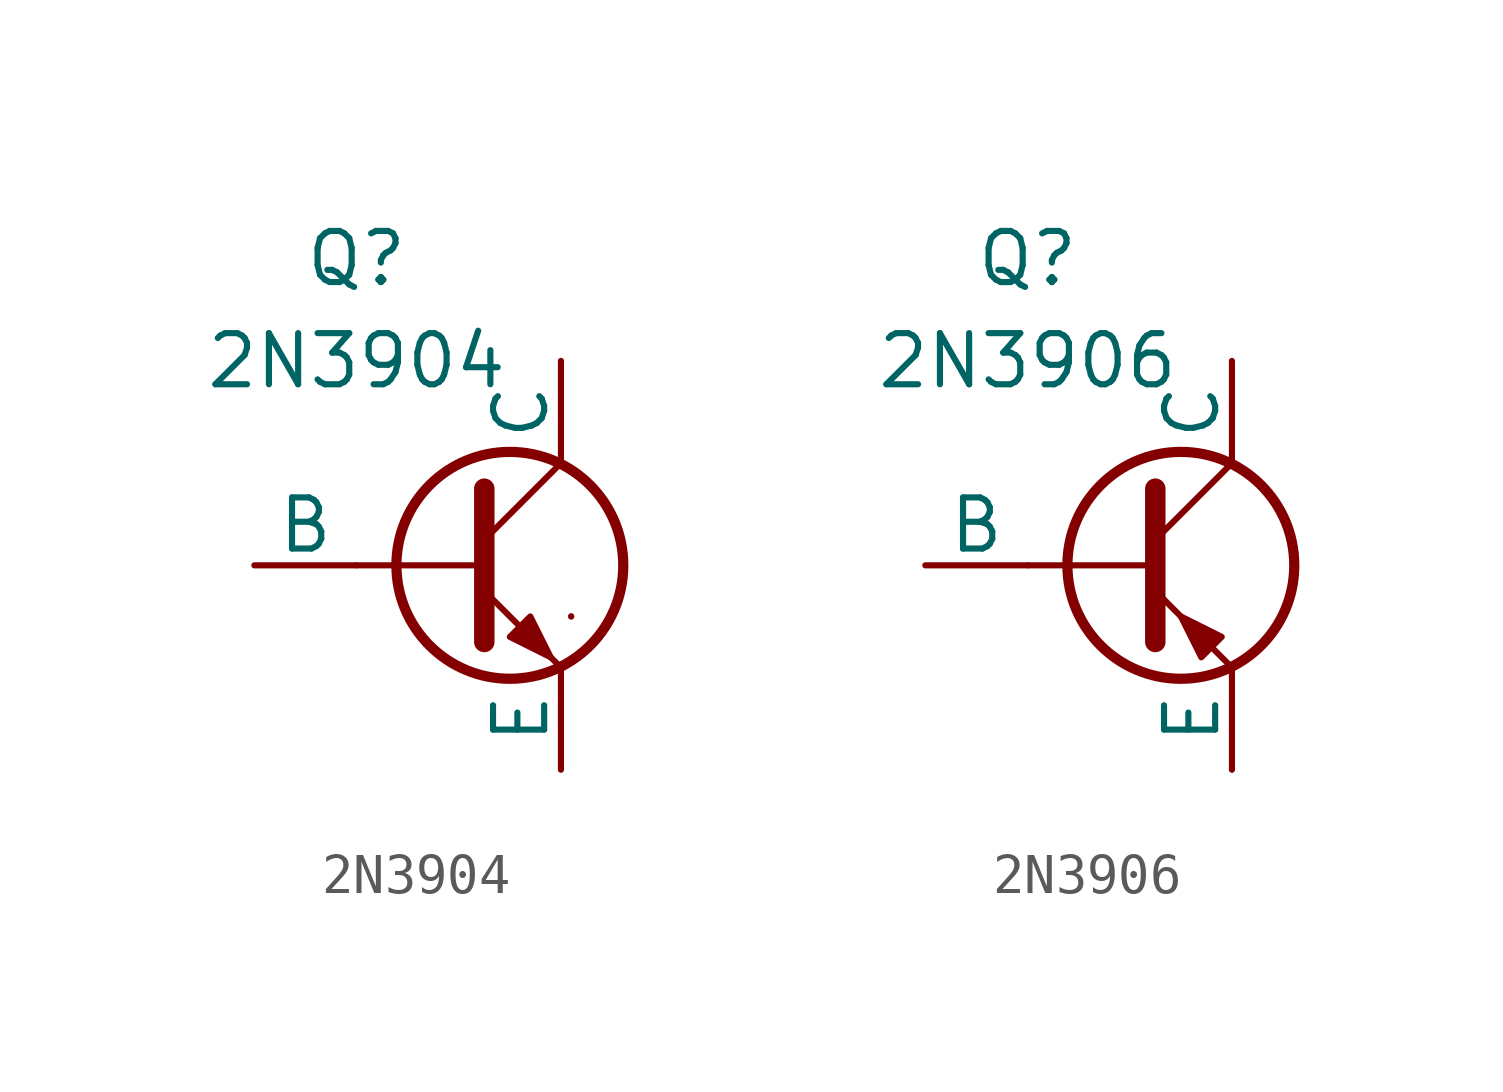
<source format=kicad_sym>
(kicad_symbol_lib
  (version 20241209)
  (generator "kicad_symbol_editor")
  (generator_version "9.0")
  (symbol "2N3904"
    (pin_numbers
      (hide yes))
    (pin_names
      (offset 0))
    (property "Reference" "Q"
      (at -2.54 7.62 0)
      (effects (font (size 1.27 1.27))))
    (property "Value" "2N3904"
      (at -2.54 5.08 0)
      (effects (font (size 1.27 1.27))))
    (symbol "2N3904_0_1"
      (polyline (pts (xy -2.54 0) (xy 0.635 0)) (stroke (width 0.152) (type default)) (fill (type none)))
      (polyline (pts (xy 0.635 1.905) (xy 0.635 -1.905) (xy 0.635 -1.905)) (stroke (width 0.508) (type default)) (fill (type none)))
      (polyline (pts (xy 0.635 0.635) (xy 2.54 2.54)) (stroke (width 0) (type default)) (fill (type none)))
      (polyline (pts (xy 0.635 -0.635) (xy 2.54 -2.54) (xy 2.54 -2.54)) (stroke (width 0) (type default)) (fill (type none)))
      (circle (center 1.27 0) (radius 2.819) (stroke (width 0.254) (type default)) (fill (type none)))
      (polyline (pts (xy 1.27 -1.778) (xy 1.778 -1.27) (xy 2.286 -2.286) (xy 1.27 -1.778) (xy 1.27 -1.778)) (stroke (width 0) (type default)) (fill (type outline)))
      (polyline (pts (xy 2.794 -1.27) (xy 2.794 -1.27)) (stroke (width 0.152) (type default)) (fill (type none)))
      (polyline (pts (xy 2.794 -1.27) (xy 2.794 -1.27)) (stroke (width 0.152) (type default)) (fill (type none))))
    (symbol "2N3904_1_1"
      (pin input line (at -5.08 0 0) (length 2.54) (name "B" (effects (font (size 1.27 1.27)))) (number "2" (effects (font (size 1.27 1.27)))))
      (pin open_collector line (at 2.54 5.08 270) (length 2.54) (name "C" (effects (font (size 1.27 1.27)))) (number "1" (effects (font (size 1.27 1.27)))))
      (pin open_emitter line (at 2.54 -5.08 90) (length 2.54) (name "E" (effects (font (size 1.27 1.27)))) (number "3" (effects (font (size 1.27 1.27)))))))
  (symbol "2N3906"
    (pin_numbers
      (hide yes))
    (pin_names
      (offset 0))
    (property "Reference" "Q"
      (at -2.54 7.62 0)
      (effects (font (size 1.27 1.27))))
    (property "Value" "2N3906"
      (at -2.54 5.08 0)
      (effects (font (size 1.27 1.27))))
    (symbol "2N3906_0_1"
      (polyline (pts (xy -2.54 0) (xy 0.635 0)) (stroke (width 0.152) (type default)) (fill (type none)))
      (polyline (pts (xy 0.635 1.905) (xy 0.635 -1.905) (xy 0.635 -1.905)) (stroke (width 0.508) (type default)) (fill (type none)))
      (polyline (pts (xy 0.635 0.635) (xy 2.54 2.54)) (stroke (width 0) (type default)) (fill (type none)))
      (polyline (pts (xy 0.635 -0.635) (xy 2.54 -2.54) (xy 2.54 -2.54)) (stroke (width 0) (type default)) (fill (type none)))
      (circle (center 1.27 0) (radius 2.819) (stroke (width 0.254) (type default)) (fill (type none)))
      (polyline (pts (xy 2.286 -1.778) (xy 1.778 -2.286) (xy 1.27 -1.27) (xy 2.286 -1.778) (xy 2.286 -1.778)) (stroke (width 0) (type default)) (fill (type outline))))
    (symbol "2N3906_1_1"
      (pin input line (at -5.08 0 0) (length 2.54) (name "B" (effects (font (size 1.27 1.27)))) (number "2" (effects (font (size 1.27 1.27)))))
      (pin open_collector line (at 2.54 5.08 270) (length 2.54) (name "C" (effects (font (size 1.27 1.27)))) (number "1" (effects (font (size 1.27 1.27)))))
      (pin open_emitter line (at 2.54 -5.08 90) (length 2.54) (name "E" (effects (font (size 1.27 1.27)))) (number "3" (effects (font (size 1.27 1.27))))))))
</source>
